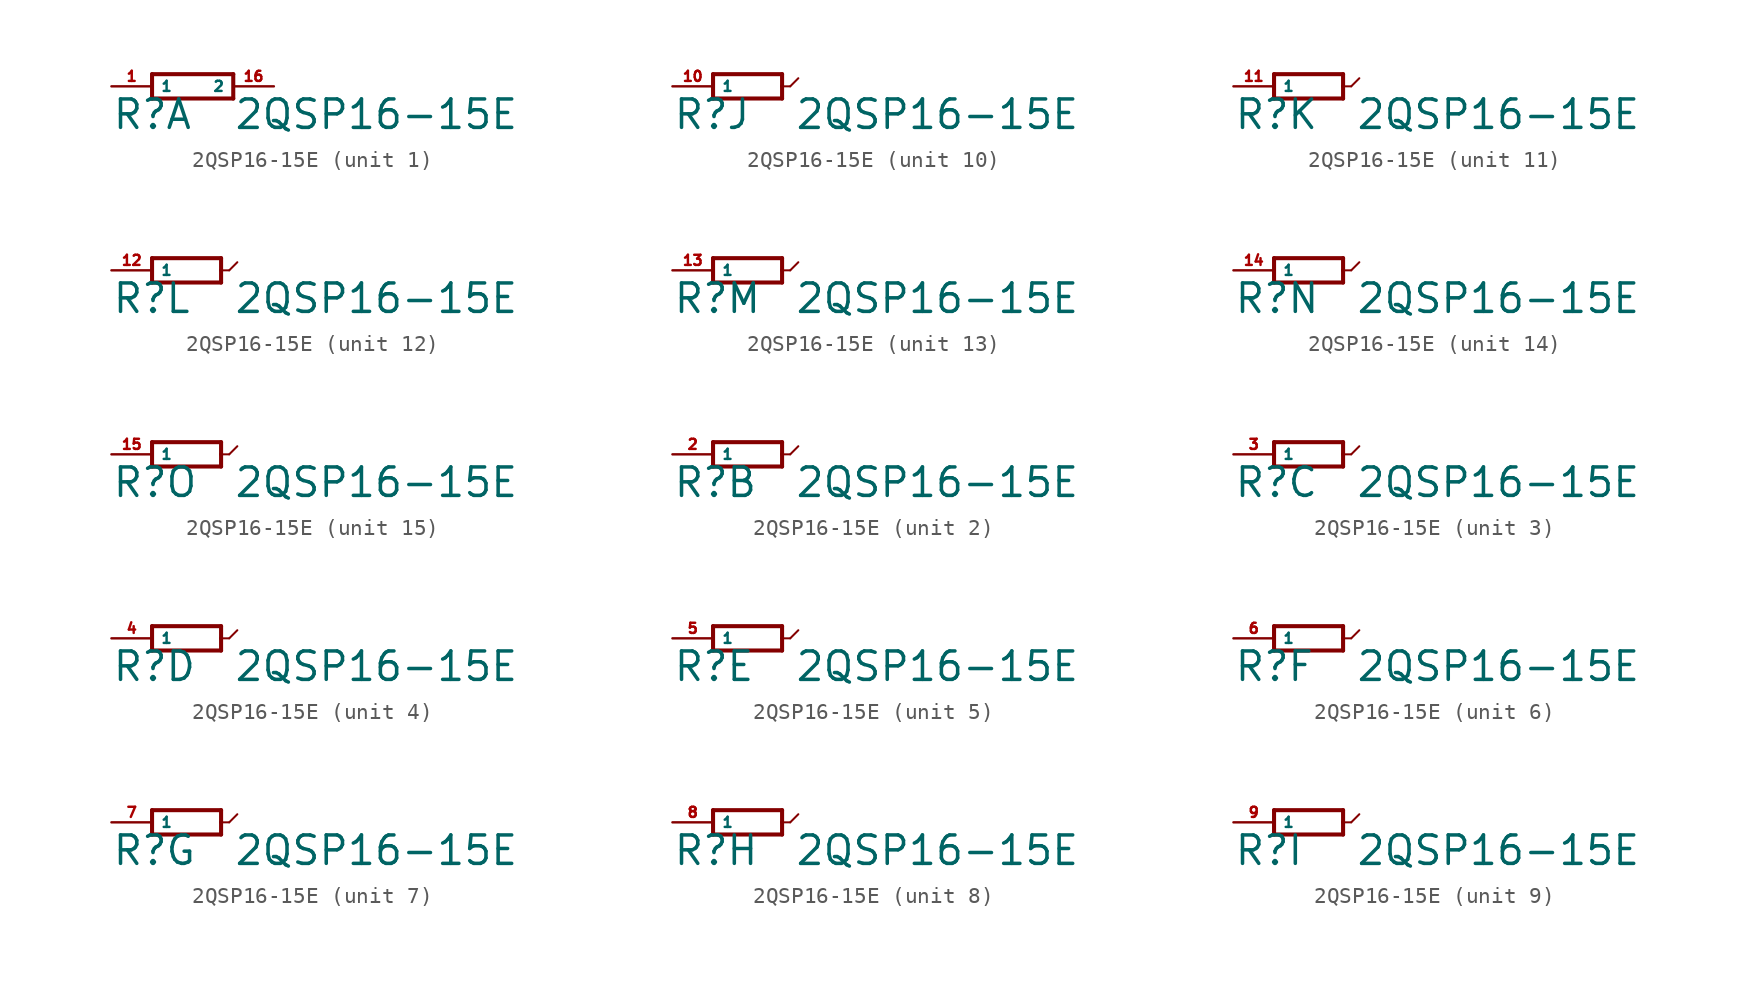
<source format=kicad_sym>
(kicad_symbol_lib
  (version 20220914)
  (generator Eagle2Kicad)
  (symbol "2QSP16-15E"
    (property "Reference" "R"
      (at -5.08 -2.794 0)
      (effects (font (size 1.778 1.778) (thickness 0.22)) (justify left bottom)))
    (property "Value" "2QSP16-15E"
      (at 2.54 -2.794 0)
      (effects (font (size 1.778 1.778) (thickness 0.22)) (justify left bottom)))
    (symbol "2QSP16-15E_1_0"
      (polyline (pts (xy -2.54 -0.762) (xy 2.54 -0.762)) (stroke (width 0.254) (type default)) (fill (type none)))
      (polyline (pts (xy 2.54 0.762) (xy -2.54 0.762)) (stroke (width 0.254) (type default)) (fill (type none)))
      (polyline (pts (xy 2.54 -0.762) (xy 2.54 0.762)) (stroke (width 0.254) (type default)) (fill (type none)))
      (polyline (pts (xy -2.54 0.762) (xy -2.54 -0.762)) (stroke (width 0.254) (type default)) (fill (type none)))
      (pin passive line (at -5.08 0 0) (length 2.54) (name "1" (effects (font (size 0.635 0.635) (thickness 0.08)) (justify left bottom))) (number "1" (effects (font (size 0.635 0.635) (thickness 0.08)) (justify left bottom))))
      (pin passive line (at 5.08 0 180) (length 2.54) (name "2" (effects (font (size 0.635 0.635) (thickness 0.08)) (justify left bottom))) (number "16" (effects (font (size 0.635 0.635) (thickness 0.08)) (justify left bottom)))))
    (symbol "2QSP16-15E_2_0"
      (polyline (pts (xy -2.54 -0.762) (xy 1.778 -0.762)) (stroke (width 0.254) (type default)) (fill (type none)))
      (polyline (pts (xy 1.778 0.762) (xy -2.54 0.762)) (stroke (width 0.254) (type default)) (fill (type none)))
      (polyline (pts (xy -2.54 0.762) (xy -2.54 -0.762)) (stroke (width 0.254) (type default)) (fill (type none)))
      (polyline (pts (xy 1.778 0.762) (xy 1.778 0)) (stroke (width 0.254) (type default)) (fill (type none)))
      (polyline (pts (xy 1.778 0) (xy 1.778 -0.762)) (stroke (width 0.254) (type default)) (fill (type none)))
      (polyline (pts (xy 1.778 0) (xy 2.286 0)) (stroke (width 0.127) (type default)) (fill (type none)))
      (polyline (pts (xy 2.286 0) (xy 2.794 0.508)) (stroke (width 0.127) (type default)) (fill (type none)))
      (pin passive line (at -5.08 0 0) (length 2.54) (name "1" (effects (font (size 0.635 0.635) (thickness 0.08)) (justify left bottom))) (number "2" (effects (font (size 0.635 0.635) (thickness 0.08)) (justify left bottom)))))
    (symbol "2QSP16-15E_3_0"
      (polyline (pts (xy -2.54 -0.762) (xy 1.778 -0.762)) (stroke (width 0.254) (type default)) (fill (type none)))
      (polyline (pts (xy 1.778 0.762) (xy -2.54 0.762)) (stroke (width 0.254) (type default)) (fill (type none)))
      (polyline (pts (xy -2.54 0.762) (xy -2.54 -0.762)) (stroke (width 0.254) (type default)) (fill (type none)))
      (polyline (pts (xy 1.778 0.762) (xy 1.778 0)) (stroke (width 0.254) (type default)) (fill (type none)))
      (polyline (pts (xy 1.778 0) (xy 1.778 -0.762)) (stroke (width 0.254) (type default)) (fill (type none)))
      (polyline (pts (xy 1.778 0) (xy 2.286 0)) (stroke (width 0.127) (type default)) (fill (type none)))
      (polyline (pts (xy 2.286 0) (xy 2.794 0.508)) (stroke (width 0.127) (type default)) (fill (type none)))
      (pin passive line (at -5.08 0 0) (length 2.54) (name "1" (effects (font (size 0.635 0.635) (thickness 0.08)) (justify left bottom))) (number "3" (effects (font (size 0.635 0.635) (thickness 0.08)) (justify left bottom)))))
    (symbol "2QSP16-15E_4_0"
      (polyline (pts (xy -2.54 -0.762) (xy 1.778 -0.762)) (stroke (width 0.254) (type default)) (fill (type none)))
      (polyline (pts (xy 1.778 0.762) (xy -2.54 0.762)) (stroke (width 0.254) (type default)) (fill (type none)))
      (polyline (pts (xy -2.54 0.762) (xy -2.54 -0.762)) (stroke (width 0.254) (type default)) (fill (type none)))
      (polyline (pts (xy 1.778 0.762) (xy 1.778 0)) (stroke (width 0.254) (type default)) (fill (type none)))
      (polyline (pts (xy 1.778 0) (xy 1.778 -0.762)) (stroke (width 0.254) (type default)) (fill (type none)))
      (polyline (pts (xy 1.778 0) (xy 2.286 0)) (stroke (width 0.127) (type default)) (fill (type none)))
      (polyline (pts (xy 2.286 0) (xy 2.794 0.508)) (stroke (width 0.127) (type default)) (fill (type none)))
      (pin passive line (at -5.08 0 0) (length 2.54) (name "1" (effects (font (size 0.635 0.635) (thickness 0.08)) (justify left bottom))) (number "4" (effects (font (size 0.635 0.635) (thickness 0.08)) (justify left bottom)))))
    (symbol "2QSP16-15E_5_0"
      (polyline (pts (xy -2.54 -0.762) (xy 1.778 -0.762)) (stroke (width 0.254) (type default)) (fill (type none)))
      (polyline (pts (xy 1.778 0.762) (xy -2.54 0.762)) (stroke (width 0.254) (type default)) (fill (type none)))
      (polyline (pts (xy -2.54 0.762) (xy -2.54 -0.762)) (stroke (width 0.254) (type default)) (fill (type none)))
      (polyline (pts (xy 1.778 0.762) (xy 1.778 0)) (stroke (width 0.254) (type default)) (fill (type none)))
      (polyline (pts (xy 1.778 0) (xy 1.778 -0.762)) (stroke (width 0.254) (type default)) (fill (type none)))
      (polyline (pts (xy 1.778 0) (xy 2.286 0)) (stroke (width 0.127) (type default)) (fill (type none)))
      (polyline (pts (xy 2.286 0) (xy 2.794 0.508)) (stroke (width 0.127) (type default)) (fill (type none)))
      (pin passive line (at -5.08 0 0) (length 2.54) (name "1" (effects (font (size 0.635 0.635) (thickness 0.08)) (justify left bottom))) (number "5" (effects (font (size 0.635 0.635) (thickness 0.08)) (justify left bottom)))))
    (symbol "2QSP16-15E_6_0"
      (polyline (pts (xy -2.54 -0.762) (xy 1.778 -0.762)) (stroke (width 0.254) (type default)) (fill (type none)))
      (polyline (pts (xy 1.778 0.762) (xy -2.54 0.762)) (stroke (width 0.254) (type default)) (fill (type none)))
      (polyline (pts (xy -2.54 0.762) (xy -2.54 -0.762)) (stroke (width 0.254) (type default)) (fill (type none)))
      (polyline (pts (xy 1.778 0.762) (xy 1.778 0)) (stroke (width 0.254) (type default)) (fill (type none)))
      (polyline (pts (xy 1.778 0) (xy 1.778 -0.762)) (stroke (width 0.254) (type default)) (fill (type none)))
      (polyline (pts (xy 1.778 0) (xy 2.286 0)) (stroke (width 0.127) (type default)) (fill (type none)))
      (polyline (pts (xy 2.286 0) (xy 2.794 0.508)) (stroke (width 0.127) (type default)) (fill (type none)))
      (pin passive line (at -5.08 0 0) (length 2.54) (name "1" (effects (font (size 0.635 0.635) (thickness 0.08)) (justify left bottom))) (number "6" (effects (font (size 0.635 0.635) (thickness 0.08)) (justify left bottom)))))
    (symbol "2QSP16-15E_7_0"
      (polyline (pts (xy -2.54 -0.762) (xy 1.778 -0.762)) (stroke (width 0.254) (type default)) (fill (type none)))
      (polyline (pts (xy 1.778 0.762) (xy -2.54 0.762)) (stroke (width 0.254) (type default)) (fill (type none)))
      (polyline (pts (xy -2.54 0.762) (xy -2.54 -0.762)) (stroke (width 0.254) (type default)) (fill (type none)))
      (polyline (pts (xy 1.778 0.762) (xy 1.778 0)) (stroke (width 0.254) (type default)) (fill (type none)))
      (polyline (pts (xy 1.778 0) (xy 1.778 -0.762)) (stroke (width 0.254) (type default)) (fill (type none)))
      (polyline (pts (xy 1.778 0) (xy 2.286 0)) (stroke (width 0.127) (type default)) (fill (type none)))
      (polyline (pts (xy 2.286 0) (xy 2.794 0.508)) (stroke (width 0.127) (type default)) (fill (type none)))
      (pin passive line (at -5.08 0 0) (length 2.54) (name "1" (effects (font (size 0.635 0.635) (thickness 0.08)) (justify left bottom))) (number "7" (effects (font (size 0.635 0.635) (thickness 0.08)) (justify left bottom)))))
    (symbol "2QSP16-15E_8_0"
      (polyline (pts (xy -2.54 -0.762) (xy 1.778 -0.762)) (stroke (width 0.254) (type default)) (fill (type none)))
      (polyline (pts (xy 1.778 0.762) (xy -2.54 0.762)) (stroke (width 0.254) (type default)) (fill (type none)))
      (polyline (pts (xy -2.54 0.762) (xy -2.54 -0.762)) (stroke (width 0.254) (type default)) (fill (type none)))
      (polyline (pts (xy 1.778 0.762) (xy 1.778 0)) (stroke (width 0.254) (type default)) (fill (type none)))
      (polyline (pts (xy 1.778 0) (xy 1.778 -0.762)) (stroke (width 0.254) (type default)) (fill (type none)))
      (polyline (pts (xy 1.778 0) (xy 2.286 0)) (stroke (width 0.127) (type default)) (fill (type none)))
      (polyline (pts (xy 2.286 0) (xy 2.794 0.508)) (stroke (width 0.127) (type default)) (fill (type none)))
      (pin passive line (at -5.08 0 0) (length 2.54) (name "1" (effects (font (size 0.635 0.635) (thickness 0.08)) (justify left bottom))) (number "8" (effects (font (size 0.635 0.635) (thickness 0.08)) (justify left bottom)))))
    (symbol "2QSP16-15E_9_0"
      (polyline (pts (xy -2.54 -0.762) (xy 1.778 -0.762)) (stroke (width 0.254) (type default)) (fill (type none)))
      (polyline (pts (xy 1.778 0.762) (xy -2.54 0.762)) (stroke (width 0.254) (type default)) (fill (type none)))
      (polyline (pts (xy -2.54 0.762) (xy -2.54 -0.762)) (stroke (width 0.254) (type default)) (fill (type none)))
      (polyline (pts (xy 1.778 0.762) (xy 1.778 0)) (stroke (width 0.254) (type default)) (fill (type none)))
      (polyline (pts (xy 1.778 0) (xy 1.778 -0.762)) (stroke (width 0.254) (type default)) (fill (type none)))
      (polyline (pts (xy 1.778 0) (xy 2.286 0)) (stroke (width 0.127) (type default)) (fill (type none)))
      (polyline (pts (xy 2.286 0) (xy 2.794 0.508)) (stroke (width 0.127) (type default)) (fill (type none)))
      (pin passive line (at -5.08 0 0) (length 2.54) (name "1" (effects (font (size 0.635 0.635) (thickness 0.08)) (justify left bottom))) (number "9" (effects (font (size 0.635 0.635) (thickness 0.08)) (justify left bottom)))))
    (symbol "2QSP16-15E_10_0"
      (polyline (pts (xy -2.54 -0.762) (xy 1.778 -0.762)) (stroke (width 0.254) (type default)) (fill (type none)))
      (polyline (pts (xy 1.778 0.762) (xy -2.54 0.762)) (stroke (width 0.254) (type default)) (fill (type none)))
      (polyline (pts (xy -2.54 0.762) (xy -2.54 -0.762)) (stroke (width 0.254) (type default)) (fill (type none)))
      (polyline (pts (xy 1.778 0.762) (xy 1.778 0)) (stroke (width 0.254) (type default)) (fill (type none)))
      (polyline (pts (xy 1.778 0) (xy 1.778 -0.762)) (stroke (width 0.254) (type default)) (fill (type none)))
      (polyline (pts (xy 1.778 0) (xy 2.286 0)) (stroke (width 0.127) (type default)) (fill (type none)))
      (polyline (pts (xy 2.286 0) (xy 2.794 0.508)) (stroke (width 0.127) (type default)) (fill (type none)))
      (pin passive line (at -5.08 0 0) (length 2.54) (name "1" (effects (font (size 0.635 0.635) (thickness 0.08)) (justify left bottom))) (number "10" (effects (font (size 0.635 0.635) (thickness 0.08)) (justify left bottom)))))
    (symbol "2QSP16-15E_11_0"
      (polyline (pts (xy -2.54 -0.762) (xy 1.778 -0.762)) (stroke (width 0.254) (type default)) (fill (type none)))
      (polyline (pts (xy 1.778 0.762) (xy -2.54 0.762)) (stroke (width 0.254) (type default)) (fill (type none)))
      (polyline (pts (xy -2.54 0.762) (xy -2.54 -0.762)) (stroke (width 0.254) (type default)) (fill (type none)))
      (polyline (pts (xy 1.778 0.762) (xy 1.778 0)) (stroke (width 0.254) (type default)) (fill (type none)))
      (polyline (pts (xy 1.778 0) (xy 1.778 -0.762)) (stroke (width 0.254) (type default)) (fill (type none)))
      (polyline (pts (xy 1.778 0) (xy 2.286 0)) (stroke (width 0.127) (type default)) (fill (type none)))
      (polyline (pts (xy 2.286 0) (xy 2.794 0.508)) (stroke (width 0.127) (type default)) (fill (type none)))
      (pin passive line (at -5.08 0 0) (length 2.54) (name "1" (effects (font (size 0.635 0.635) (thickness 0.08)) (justify left bottom))) (number "11" (effects (font (size 0.635 0.635) (thickness 0.08)) (justify left bottom)))))
    (symbol "2QSP16-15E_12_0"
      (polyline (pts (xy -2.54 -0.762) (xy 1.778 -0.762)) (stroke (width 0.254) (type default)) (fill (type none)))
      (polyline (pts (xy 1.778 0.762) (xy -2.54 0.762)) (stroke (width 0.254) (type default)) (fill (type none)))
      (polyline (pts (xy -2.54 0.762) (xy -2.54 -0.762)) (stroke (width 0.254) (type default)) (fill (type none)))
      (polyline (pts (xy 1.778 0.762) (xy 1.778 0)) (stroke (width 0.254) (type default)) (fill (type none)))
      (polyline (pts (xy 1.778 0) (xy 1.778 -0.762)) (stroke (width 0.254) (type default)) (fill (type none)))
      (polyline (pts (xy 1.778 0) (xy 2.286 0)) (stroke (width 0.127) (type default)) (fill (type none)))
      (polyline (pts (xy 2.286 0) (xy 2.794 0.508)) (stroke (width 0.127) (type default)) (fill (type none)))
      (pin passive line (at -5.08 0 0) (length 2.54) (name "1" (effects (font (size 0.635 0.635) (thickness 0.08)) (justify left bottom))) (number "12" (effects (font (size 0.635 0.635) (thickness 0.08)) (justify left bottom)))))
    (symbol "2QSP16-15E_13_0"
      (polyline (pts (xy -2.54 -0.762) (xy 1.778 -0.762)) (stroke (width 0.254) (type default)) (fill (type none)))
      (polyline (pts (xy 1.778 0.762) (xy -2.54 0.762)) (stroke (width 0.254) (type default)) (fill (type none)))
      (polyline (pts (xy -2.54 0.762) (xy -2.54 -0.762)) (stroke (width 0.254) (type default)) (fill (type none)))
      (polyline (pts (xy 1.778 0.762) (xy 1.778 0)) (stroke (width 0.254) (type default)) (fill (type none)))
      (polyline (pts (xy 1.778 0) (xy 1.778 -0.762)) (stroke (width 0.254) (type default)) (fill (type none)))
      (polyline (pts (xy 1.778 0) (xy 2.286 0)) (stroke (width 0.127) (type default)) (fill (type none)))
      (polyline (pts (xy 2.286 0) (xy 2.794 0.508)) (stroke (width 0.127) (type default)) (fill (type none)))
      (pin passive line (at -5.08 0 0) (length 2.54) (name "1" (effects (font (size 0.635 0.635) (thickness 0.08)) (justify left bottom))) (number "13" (effects (font (size 0.635 0.635) (thickness 0.08)) (justify left bottom)))))
    (symbol "2QSP16-15E_14_0"
      (polyline (pts (xy -2.54 -0.762) (xy 1.778 -0.762)) (stroke (width 0.254) (type default)) (fill (type none)))
      (polyline (pts (xy 1.778 0.762) (xy -2.54 0.762)) (stroke (width 0.254) (type default)) (fill (type none)))
      (polyline (pts (xy -2.54 0.762) (xy -2.54 -0.762)) (stroke (width 0.254) (type default)) (fill (type none)))
      (polyline (pts (xy 1.778 0.762) (xy 1.778 0)) (stroke (width 0.254) (type default)) (fill (type none)))
      (polyline (pts (xy 1.778 0) (xy 1.778 -0.762)) (stroke (width 0.254) (type default)) (fill (type none)))
      (polyline (pts (xy 1.778 0) (xy 2.286 0)) (stroke (width 0.127) (type default)) (fill (type none)))
      (polyline (pts (xy 2.286 0) (xy 2.794 0.508)) (stroke (width 0.127) (type default)) (fill (type none)))
      (pin passive line (at -5.08 0 0) (length 2.54) (name "1" (effects (font (size 0.635 0.635) (thickness 0.08)) (justify left bottom))) (number "14" (effects (font (size 0.635 0.635) (thickness 0.08)) (justify left bottom)))))
    (symbol "2QSP16-15E_15_0"
      (polyline (pts (xy -2.54 -0.762) (xy 1.778 -0.762)) (stroke (width 0.254) (type default)) (fill (type none)))
      (polyline (pts (xy 1.778 0.762) (xy -2.54 0.762)) (stroke (width 0.254) (type default)) (fill (type none)))
      (polyline (pts (xy -2.54 0.762) (xy -2.54 -0.762)) (stroke (width 0.254) (type default)) (fill (type none)))
      (polyline (pts (xy 1.778 0.762) (xy 1.778 0)) (stroke (width 0.254) (type default)) (fill (type none)))
      (polyline (pts (xy 1.778 0) (xy 1.778 -0.762)) (stroke (width 0.254) (type default)) (fill (type none)))
      (polyline (pts (xy 1.778 0) (xy 2.286 0)) (stroke (width 0.127) (type default)) (fill (type none)))
      (polyline (pts (xy 2.286 0) (xy 2.794 0.508)) (stroke (width 0.127) (type default)) (fill (type none)))
      (pin passive line (at -5.08 0 0) (length 2.54) (name "1" (effects (font (size 0.635 0.635) (thickness 0.08)) (justify left bottom))) (number "15" (effects (font (size 0.635 0.635) (thickness 0.08)) (justify left bottom)))))))
</source>
